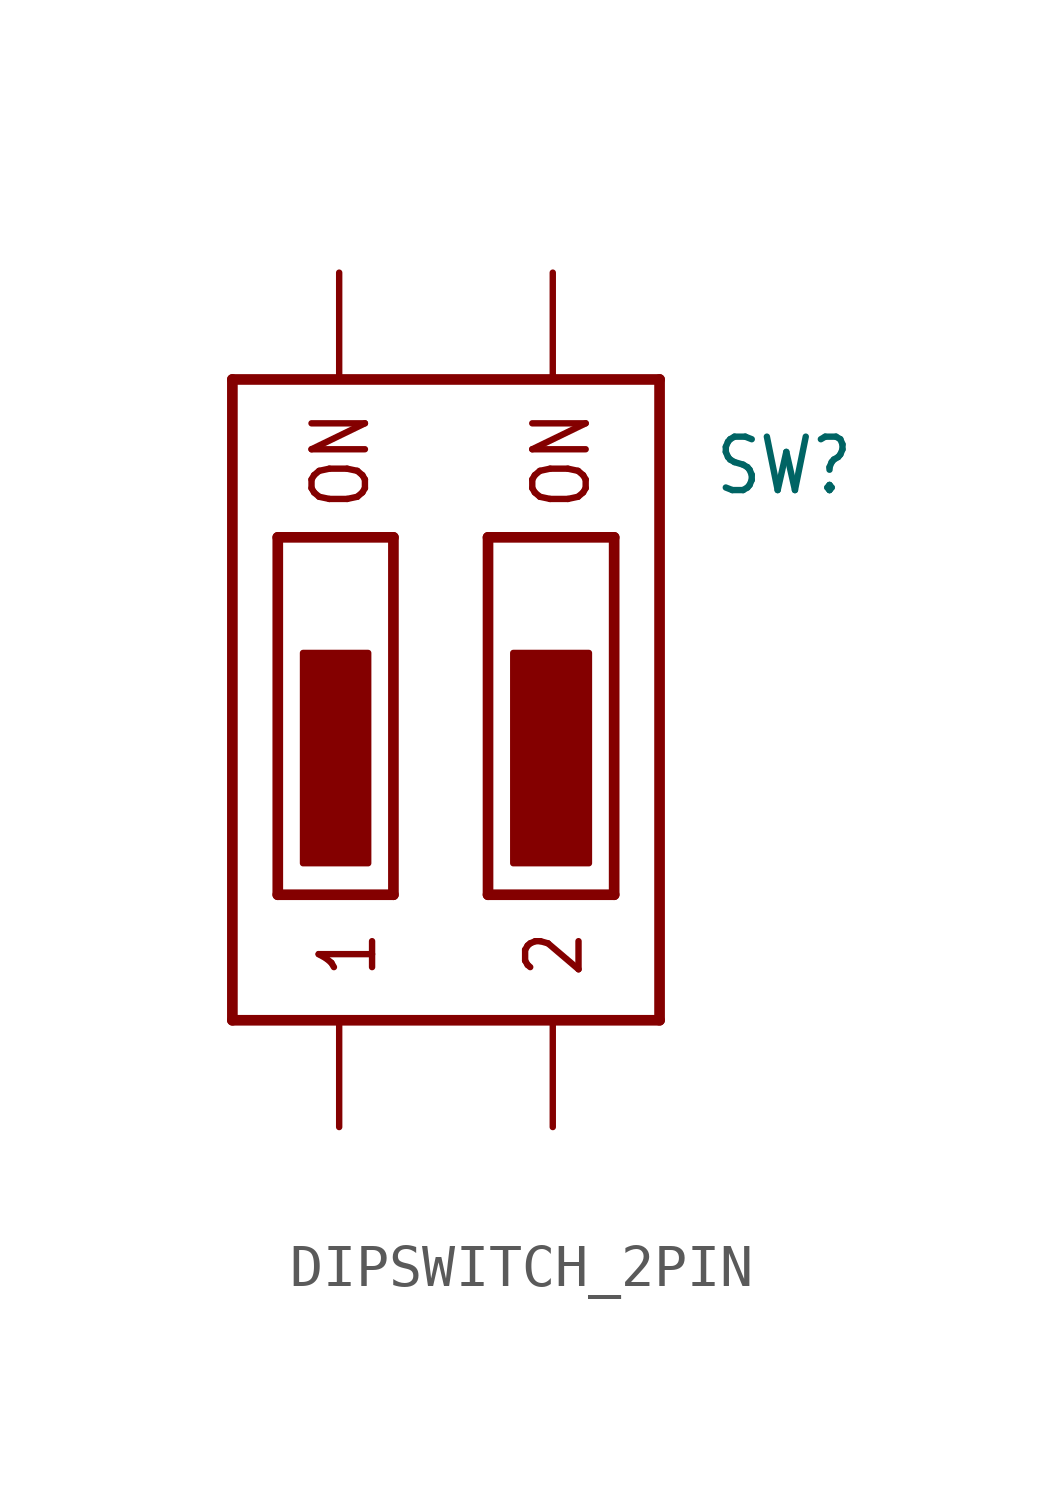
<source format=kicad_sym>
(kicad_symbol_lib
  (version 20220914)
  (generator kicad_symbol_editor)
  (symbol "DIPSWITCH_2PIN"
    (property "Reference" "SW"
      (at 6.35 4.826 0)
      (effects (font (size 1.27 1.079)) (justify left bottom)))
    (property "Value" ""
      (at 6.35 2.54 0)
      (effects (font (size 1.27 1.079)) (justify left bottom)))
    (property "ki_locked" ""
      (at 0 0 0)
      (effects (font (size 1.27 1.27))))
    (symbol "DIPSWITCH_2PIN_1_0"
      (rectangle (start -1.85 -3.885) (end -3.4 1.115) (stroke (width 0) (type default)) (fill (type outline)))
      (polyline (pts (xy -5.08 -7.62) (xy -5.08 7.62)) (stroke (width 0.254) (type solid)) (fill (type none)))
      (polyline (pts (xy -5.08 7.62) (xy 5.08 7.62)) (stroke (width 0.254) (type solid)) (fill (type none)))
      (polyline (pts (xy -4 -4.635) (xy -1.25 -4.635)) (stroke (width 0.254) (type solid)) (fill (type none)))
      (polyline (pts (xy -4 3.865) (xy -4 -4.635)) (stroke (width 0.254) (type solid)) (fill (type none)))
      (polyline (pts (xy -1.25 -4.635) (xy -1.25 3.865)) (stroke (width 0.254) (type solid)) (fill (type none)))
      (polyline (pts (xy -1.25 3.865) (xy -4 3.865)) (stroke (width 0.254) (type solid)) (fill (type none)))
      (polyline (pts (xy 1 -4.635) (xy 4 -4.635)) (stroke (width 0.254) (type solid)) (fill (type none)))
      (polyline (pts (xy 1 3.865) (xy 1 -4.635)) (stroke (width 0.254) (type solid)) (fill (type none)))
      (polyline (pts (xy 4 -4.635) (xy 4 3.865)) (stroke (width 0.254) (type solid)) (fill (type none)))
      (polyline (pts (xy 4 3.865) (xy 1 3.865)) (stroke (width 0.254) (type solid)) (fill (type none)))
      (polyline (pts (xy 5.08 -7.62) (xy -5.08 -7.62)) (stroke (width 0.254) (type solid)) (fill (type none)))
      (polyline (pts (xy 5.08 7.62) (xy 5.08 -7.62)) (stroke (width 0.254) (type solid)) (fill (type none)))
      (rectangle (start 3.4 -3.885) (end 1.6 1.115) (stroke (width 0) (type default)) (fill (type outline)))
      (text "1" (at -3.08 -5.434 900) (effects (font (size 1.27 1.079)) (justify right top)))
      (text "2" (at 1.83 -5.434 900) (effects (font (size 1.27 1.079)) (justify right top)))
      (text "ON" (at -3.25 6.934 900) (effects (font (size 1.27 1.079)) (justify right top)))
      (text "ON" (at 2 6.934 900) (effects (font (size 1.27 1.079)) (justify right top)))
      (pin bidirectional line (at -2.54 -10.16 90) (length 2.54) (name "1OFF" (effects (font (size 0 0)))) (number "1OFF" (effects (font (size 0 0)))))
      (pin bidirectional line (at -2.54 10.16 270) (length 2.54) (name "1ON" (effects (font (size 0 0)))) (number "1ON" (effects (font (size 0 0)))))
      (pin bidirectional line (at 2.54 -10.16 90) (length 2.54) (name "2OFF" (effects (font (size 0 0)))) (number "2OFF" (effects (font (size 0 0)))))
      (pin bidirectional line (at 2.54 10.16 270) (length 2.54) (name "2ON" (effects (font (size 0 0)))) (number "2ON" (effects (font (size 0 0))))))))
</source>
